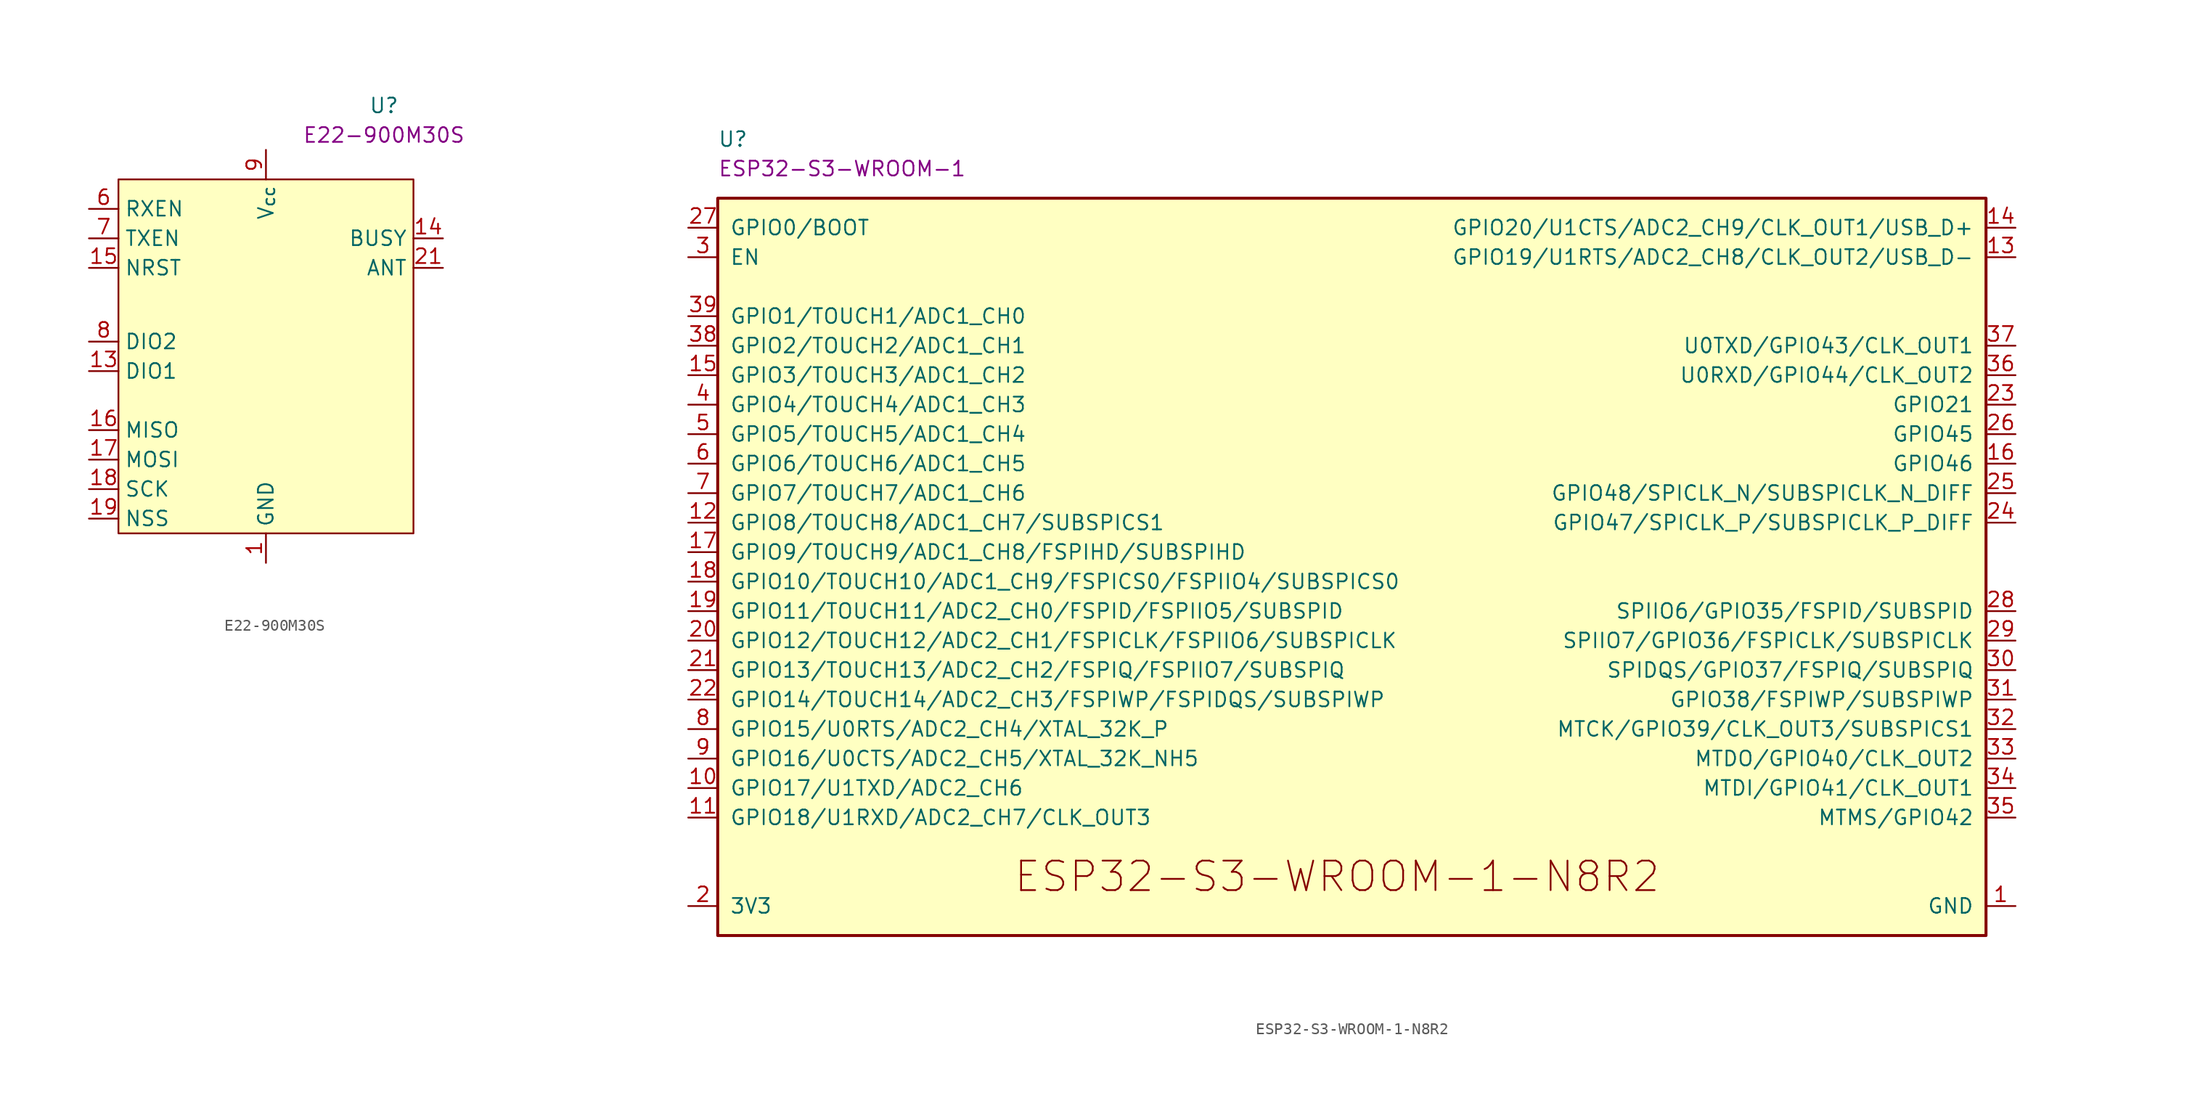
<source format=kicad_sym>
(kicad_symbol_lib
  (version 20220914)
  (generator kicad_symbol_editor)
  (symbol "E22-900M30S"
    (property "Reference" "U"
      (at 10.16 21.59 0)
      (effects (font (size 1.27 1.27))))
    (property "UserValue" "E22-900M30S"
      (at 10.16 19.05 0)
      (effects (font (size 1.27 1.27))))
    (symbol "E22-900M30S_0_1"
      (rectangle (start -12.7 15.24) (end 12.7 -15.24) (stroke (width 0) (type default)) (fill (type background))))
    (symbol "E22-900M30S_1_1"
      (pin power_in line (at 0 -17.78 90) (length 2.54) (name "GND" (effects (font (size 1.27 1.27)))) (number "1" (effects (font (size 1.27 1.27)))))
      (pin passive line (at 0 17.78 270) (length 2.54) hide (name "V_{cc}" (effects (font (size 1.27 1.27)))) (number "10" (effects (font (size 1.27 1.27)))))
      (pin passive line (at 0 -17.78 90) (length 2.54) hide (name "GND" (effects (font (size 1.27 1.27)))) (number "11" (effects (font (size 1.27 1.27)))))
      (pin passive line (at 0 -17.78 90) (length 2.54) hide (name "GND" (effects (font (size 1.27 1.27)))) (number "12" (effects (font (size 1.27 1.27)))))
      (pin bidirectional line (at -15.24 -1.27 0) (length 2.54) (name "DIO1" (effects (font (size 1.27 1.27)))) (number "13" (effects (font (size 1.27 1.27)))))
      (pin output line (at 15.24 10.16 180) (length 2.54) (name "BUSY" (effects (font (size 1.27 1.27)))) (number "14" (effects (font (size 1.27 1.27)))))
      (pin input line (at -15.24 7.62 0) (length 2.54) (name "NRST" (effects (font (size 1.27 1.27)))) (number "15" (effects (font (size 1.27 1.27)))))
      (pin output line (at -15.24 -6.35 0) (length 2.54) (name "MISO" (effects (font (size 1.27 1.27)))) (number "16" (effects (font (size 1.27 1.27)))))
      (pin input line (at -15.24 -8.89 0) (length 2.54) (name "MOSI" (effects (font (size 1.27 1.27)))) (number "17" (effects (font (size 1.27 1.27)))))
      (pin input line (at -15.24 -11.43 0) (length 2.54) (name "SCK" (effects (font (size 1.27 1.27)))) (number "18" (effects (font (size 1.27 1.27)))))
      (pin input line (at -15.24 -13.97 0) (length 2.54) (name "NSS" (effects (font (size 1.27 1.27)))) (number "19" (effects (font (size 1.27 1.27)))))
      (pin passive line (at 0 -17.78 90) (length 2.54) hide (name "GND" (effects (font (size 1.27 1.27)))) (number "2" (effects (font (size 1.27 1.27)))))
      (pin passive line (at 0 -17.78 90) (length 2.54) hide (name "GND" (effects (font (size 1.27 1.27)))) (number "20" (effects (font (size 1.27 1.27)))))
      (pin output line (at 15.24 7.62 180) (length 2.54) (name "ANT" (effects (font (size 1.27 1.27)))) (number "21" (effects (font (size 1.27 1.27)))))
      (pin passive line (at 0 -17.78 90) (length 2.54) hide (name "GND" (effects (font (size 1.27 1.27)))) (number "22" (effects (font (size 1.27 1.27)))))
      (pin passive line (at 0 -17.78 90) (length 2.54) hide (name "GND" (effects (font (size 1.27 1.27)))) (number "3" (effects (font (size 1.27 1.27)))))
      (pin passive line (at 0 -17.78 90) (length 2.54) hide (name "GND" (effects (font (size 1.27 1.27)))) (number "4" (effects (font (size 1.27 1.27)))))
      (pin passive line (at 0 -17.78 90) (length 2.54) hide (name "GND" (effects (font (size 1.27 1.27)))) (number "5" (effects (font (size 1.27 1.27)))))
      (pin input line (at -15.24 12.7 0) (length 2.54) (name "RXEN" (effects (font (size 1.27 1.27)))) (number "6" (effects (font (size 1.27 1.27)))))
      (pin input line (at -15.24 10.16 0) (length 2.54) (name "TXEN" (effects (font (size 1.27 1.27)))) (number "7" (effects (font (size 1.27 1.27)))))
      (pin bidirectional line (at -15.24 1.27 0) (length 2.54) (name "DIO2" (effects (font (size 1.27 1.27)))) (number "8" (effects (font (size 1.27 1.27)))))
      (pin power_in line (at 0 17.78 270) (length 2.54) (name "V_{cc}" (effects (font (size 1.27 1.27)))) (number "9" (effects (font (size 1.27 1.27)))))))
  (symbol "ESP32-S3-WROOM-1-N8R2"
    (pin_names
      (offset 1.016))
    (property "Reference" "U"
      (at -53.34 38.1 0)
      (effects (font (size 1.27 1.27)) (justify left)))
    (property "UserValue" "ESP32-S3-WROOM-1"
      (at -53.34 35.56 0)
      (effects (font (size 1.27 1.27)) (justify left)))
    (symbol "ESP32-S3-WROOM-1-N8R2_0_0"
      (rectangle (start -53.34 33.02) (end 55.88 -30.48) (stroke (width 0.254) (type default)) (fill (type background)))
      (pin power_in line (at 58.42 -27.94 180) (length 2.54) (name "GND" (effects (font (size 1.27 1.27)))) (number "1" (effects (font (size 1.27 1.27)))))
      (pin bidirectional line (at -55.88 -17.78 0) (length 2.54) (name "GPIO17/U1TXD/ADC2_CH6" (effects (font (size 1.27 1.27)))) (number "10" (effects (font (size 1.27 1.27)))))
      (pin bidirectional line (at -55.88 -20.32 0) (length 2.54) (name "GPIO18/U1RXD/ADC2_CH7/CLK_OUT3" (effects (font (size 1.27 1.27)))) (number "11" (effects (font (size 1.27 1.27)))))
      (pin bidirectional line (at -55.88 5.08 0) (length 2.54) (name "GPIO8/TOUCH8/ADC1_CH7/SUBSPICS1" (effects (font (size 1.27 1.27)))) (number "12" (effects (font (size 1.27 1.27)))))
      (pin bidirectional line (at 58.42 27.94 180) (length 2.54) (name "GPIO19/U1RTS/ADC2_CH8/CLK_OUT2/USB_D-" (effects (font (size 1.27 1.27)))) (number "13" (effects (font (size 1.27 1.27)))))
      (pin bidirectional line (at 58.42 30.48 180) (length 2.54) (name "GPIO20/U1CTS/ADC2_CH9/CLK_OUT1/USB_D+" (effects (font (size 1.27 1.27)))) (number "14" (effects (font (size 1.27 1.27)))))
      (pin bidirectional line (at -55.88 17.78 0) (length 2.54) (name "GPIO3/TOUCH3/ADC1_CH2" (effects (font (size 1.27 1.27)))) (number "15" (effects (font (size 1.27 1.27)))))
      (pin bidirectional line (at 58.42 10.16 180) (length 2.54) (name "GPIO46" (effects (font (size 1.27 1.27)))) (number "16" (effects (font (size 1.27 1.27)))))
      (pin bidirectional line (at -55.88 2.54 0) (length 2.54) (name "GPIO9/TOUCH9/ADC1_CH8/FSPIHD/SUBSPIHD" (effects (font (size 1.27 1.27)))) (number "17" (effects (font (size 1.27 1.27)))))
      (pin bidirectional line (at -55.88 0 0) (length 2.54) (name "GPIO10/TOUCH10/ADC1_CH9/FSPICS0/FSPIIO4/SUBSPICS0" (effects (font (size 1.27 1.27)))) (number "18" (effects (font (size 1.27 1.27)))))
      (pin bidirectional line (at -55.88 -2.54 0) (length 2.54) (name "GPIO11/TOUCH11/ADC2_CH0/FSPID/FSPIIO5/SUBSPID" (effects (font (size 1.27 1.27)))) (number "19" (effects (font (size 1.27 1.27)))))
      (pin power_in line (at -55.88 -27.94 0) (length 2.54) (name "3V3" (effects (font (size 1.27 1.27)))) (number "2" (effects (font (size 1.27 1.27)))))
      (pin bidirectional line (at -55.88 -5.08 0) (length 2.54) (name "GPIO12/TOUCH12/ADC2_CH1/FSPICLK/FSPIIO6/SUBSPICLK" (effects (font (size 1.27 1.27)))) (number "20" (effects (font (size 1.27 1.27)))))
      (pin bidirectional line (at -55.88 -7.62 0) (length 2.54) (name "GPIO13/TOUCH13/ADC2_CH2/FSPIQ/FSPIIO7/SUBSPIQ" (effects (font (size 1.27 1.27)))) (number "21" (effects (font (size 1.27 1.27)))))
      (pin bidirectional line (at -55.88 -10.16 0) (length 2.54) (name "GPIO14/TOUCH14/ADC2_CH3/FSPIWP/FSPIDQS/SUBSPIWP" (effects (font (size 1.27 1.27)))) (number "22" (effects (font (size 1.27 1.27)))))
      (pin bidirectional line (at 58.42 15.24 180) (length 2.54) (name "GPIO21" (effects (font (size 1.27 1.27)))) (number "23" (effects (font (size 1.27 1.27)))))
      (pin bidirectional line (at 58.42 5.08 180) (length 2.54) (name "GPIO47/SPICLK_P/SUBSPICLK_P_DIFF" (effects (font (size 1.27 1.27)))) (number "24" (effects (font (size 1.27 1.27)))))
      (pin bidirectional line (at 58.42 7.62 180) (length 2.54) (name "GPIO48/SPICLK_N/SUBSPICLK_N_DIFF" (effects (font (size 1.27 1.27)))) (number "25" (effects (font (size 1.27 1.27)))))
      (pin bidirectional line (at 58.42 12.7 180) (length 2.54) (name "GPIO45" (effects (font (size 1.27 1.27)))) (number "26" (effects (font (size 1.27 1.27)))))
      (pin bidirectional line (at -55.88 30.48 0) (length 2.54) (name "GPIO0/BOOT" (effects (font (size 1.27 1.27)))) (number "27" (effects (font (size 1.27 1.27)))))
      (pin bidirectional line (at 58.42 -2.54 180) (length 2.54) (name "SPIIO6/GPIO35/FSPID/SUBSPID" (effects (font (size 1.27 1.27)))) (number "28" (effects (font (size 1.27 1.27)))))
      (pin bidirectional line (at 58.42 -5.08 180) (length 2.54) (name "SPIIO7/GPIO36/FSPICLK/SUBSPICLK" (effects (font (size 1.27 1.27)))) (number "29" (effects (font (size 1.27 1.27)))))
      (pin input line (at -55.88 27.94 0) (length 2.54) (name "EN" (effects (font (size 1.27 1.27)))) (number "3" (effects (font (size 1.27 1.27)))))
      (pin bidirectional line (at 58.42 -7.62 180) (length 2.54) (name "SPIDQS/GPIO37/FSPIQ/SUBSPIQ" (effects (font (size 1.27 1.27)))) (number "30" (effects (font (size 1.27 1.27)))))
      (pin bidirectional line (at 58.42 -10.16 180) (length 2.54) (name "GPIO38/FSPIWP/SUBSPIWP" (effects (font (size 1.27 1.27)))) (number "31" (effects (font (size 1.27 1.27)))))
      (pin bidirectional line (at 58.42 -12.7 180) (length 2.54) (name "MTCK/GPIO39/CLK_OUT3/SUBSPICS1" (effects (font (size 1.27 1.27)))) (number "32" (effects (font (size 1.27 1.27)))))
      (pin bidirectional line (at 58.42 -15.24 180) (length 2.54) (name "MTDO/GPIO40/CLK_OUT2" (effects (font (size 1.27 1.27)))) (number "33" (effects (font (size 1.27 1.27)))))
      (pin bidirectional line (at 58.42 -17.78 180) (length 2.54) (name "MTDI/GPIO41/CLK_OUT1" (effects (font (size 1.27 1.27)))) (number "34" (effects (font (size 1.27 1.27)))))
      (pin bidirectional line (at 58.42 -20.32 180) (length 2.54) (name "MTMS/GPIO42" (effects (font (size 1.27 1.27)))) (number "35" (effects (font (size 1.27 1.27)))))
      (pin bidirectional line (at 58.42 17.78 180) (length 2.54) (name "U0RXD/GPIO44/CLK_OUT2" (effects (font (size 1.27 1.27)))) (number "36" (effects (font (size 1.27 1.27)))))
      (pin bidirectional line (at 58.42 20.32 180) (length 2.54) (name "U0TXD/GPIO43/CLK_OUT1" (effects (font (size 1.27 1.27)))) (number "37" (effects (font (size 1.27 1.27)))))
      (pin bidirectional line (at -55.88 20.32 0) (length 2.54) (name "GPIO2/TOUCH2/ADC1_CH1" (effects (font (size 1.27 1.27)))) (number "38" (effects (font (size 1.27 1.27)))))
      (pin bidirectional line (at -55.88 22.86 0) (length 2.54) (name "GPIO1/TOUCH1/ADC1_CH0" (effects (font (size 1.27 1.27)))) (number "39" (effects (font (size 1.27 1.27)))))
      (pin bidirectional line (at -55.88 15.24 0) (length 2.54) (name "GPIO4/TOUCH4/ADC1_CH3" (effects (font (size 1.27 1.27)))) (number "4" (effects (font (size 1.27 1.27)))))
      (pin passive line (at 58.42 -27.94 180) (length 2.54) hide (name "GND" (effects (font (size 1.27 1.27)))) (number "40" (effects (font (size 1.27 1.27)))))
      (pin passive line (at 58.42 -27.94 180) (length 2.54) hide (name "GND" (effects (font (size 1.27 1.27)))) (number "41" (effects (font (size 1.27 1.27)))))
      (pin bidirectional line (at -55.88 12.7 0) (length 2.54) (name "GPIO5/TOUCH5/ADC1_CH4" (effects (font (size 1.27 1.27)))) (number "5" (effects (font (size 1.27 1.27)))))
      (pin bidirectional line (at -55.88 10.16 0) (length 2.54) (name "GPIO6/TOUCH6/ADC1_CH5" (effects (font (size 1.27 1.27)))) (number "6" (effects (font (size 1.27 1.27)))))
      (pin bidirectional line (at -55.88 7.62 0) (length 2.54) (name "GPIO7/TOUCH7/ADC1_CH6" (effects (font (size 1.27 1.27)))) (number "7" (effects (font (size 1.27 1.27)))))
      (pin bidirectional line (at -55.88 -12.7 0) (length 2.54) (name "GPIO15/U0RTS/ADC2_CH4/XTAL_32K_P" (effects (font (size 1.27 1.27)))) (number "8" (effects (font (size 1.27 1.27)))))
      (pin bidirectional line (at -55.88 -15.24 0) (length 2.54) (name "GPIO16/U0CTS/ADC2_CH5/XTAL_32K_NH5" (effects (font (size 1.27 1.27)))) (number "9" (effects (font (size 1.27 1.27))))))
    (symbol "ESP32-S3-WROOM-1-N8R2_1_0"
      (text "ESP32-S3-WROOM-1-N8R2" (at 0 -25.4 0) (effects (font (size 2.54 2.54)))))))
</source>
